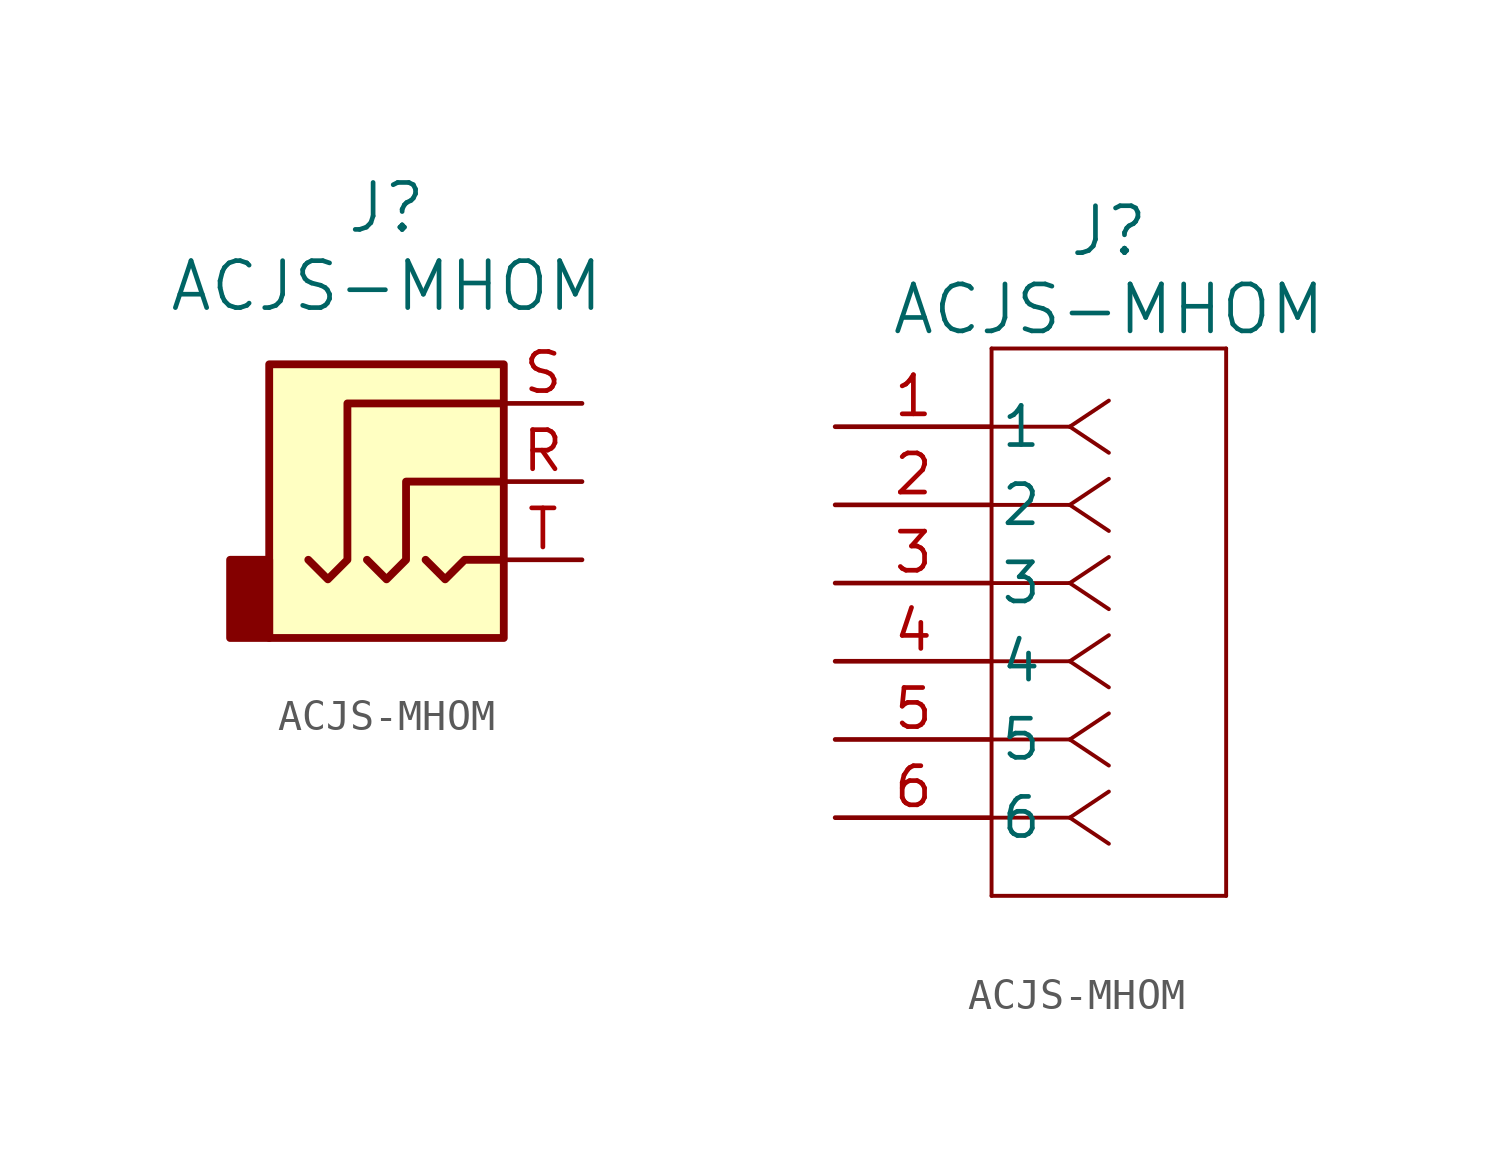
<source format=kicad_sym>
(kicad_symbol_lib
  (version 20231120)
  (generator "kicad_symbol_editor")
  (generator_version "8.0")
  (symbol "ACJS-MHOM"
    (pin_names
      (offset 0.254))
    (property "Reference" "J"
      (at 8.89 6.35 0)
      (effects (font (size 1.524 1.524))))
    (property "Value" "ACJS-MHOM"
      (at 8.89 3.81 0)
      (effects (font (size 1.524 1.524))))
    (symbol "ACJS-MHOM_0_1"
      (polyline (pts (xy 10.16 -5.08) (xy 10.795 -5.715) (xy 11.43 -5.08) (xy 12.7 -5.08)) (stroke (width 0.254) (type default)) (fill (type none)))
      (polyline (pts (xy 8.255 -5.08) (xy 8.89 -5.715) (xy 9.525 -5.08) (xy 9.525 -2.54) (xy 12.7 -2.54)) (stroke (width 0.254) (type default)) (fill (type none)))
      (polyline (pts (xy 12.7 0) (xy 7.62 0) (xy 7.62 -5.08) (xy 6.985 -5.715) (xy 6.35 -5.08)) (stroke (width 0.254) (type default)) (fill (type none)))
      (rectangle (start 5.08 -7.62) (end 3.81 -5.08) (stroke (width 0.254) (type default)) (fill (type outline)))
      (rectangle (start 12.7 1.27) (end 5.08 -7.62) (stroke (width 0.254) (type default)) (fill (type background))))
    (symbol "ACJS-MHOM_1_1"
      (pin passive line (at 15.24 -2.54 180) (length 2.54) (name "~" (effects (font (size 1.27 1.27)))) (number "R" (effects (font (size 1.27 1.27)))))
      (pin passive line (at 15.24 0 180) (length 2.54) (name "~" (effects (font (size 1.27 1.27)))) (number "S" (effects (font (size 1.27 1.27)))))
      (pin passive line (at 15.24 -5.08 180) (length 2.54) (name "~" (effects (font (size 1.27 1.27)))) (number "T" (effects (font (size 1.27 1.27))))))
    (symbol "ACJS-MHOM_1_2"
      (polyline (pts (xy 5.08 -15.24) (xy 12.7 -15.24)) (stroke (width 0.127) (type default)) (fill (type none)))
      (polyline (pts (xy 5.08 2.54) (xy 5.08 -15.24)) (stroke (width 0.127) (type default)) (fill (type none)))
      (polyline (pts (xy 7.62 -12.7) (xy 5.08 -12.7)) (stroke (width 0.127) (type default)) (fill (type none)))
      (polyline (pts (xy 7.62 -12.7) (xy 8.89 -13.547)) (stroke (width 0.127) (type default)) (fill (type none)))
      (polyline (pts (xy 7.62 -12.7) (xy 8.89 -11.853)) (stroke (width 0.127) (type default)) (fill (type none)))
      (polyline (pts (xy 7.62 -10.16) (xy 5.08 -10.16)) (stroke (width 0.127) (type default)) (fill (type none)))
      (polyline (pts (xy 7.62 -10.16) (xy 8.89 -11.007)) (stroke (width 0.127) (type default)) (fill (type none)))
      (polyline (pts (xy 7.62 -10.16) (xy 8.89 -9.313)) (stroke (width 0.127) (type default)) (fill (type none)))
      (polyline (pts (xy 7.62 -7.62) (xy 5.08 -7.62)) (stroke (width 0.127) (type default)) (fill (type none)))
      (polyline (pts (xy 7.62 -7.62) (xy 8.89 -8.467)) (stroke (width 0.127) (type default)) (fill (type none)))
      (polyline (pts (xy 7.62 -7.62) (xy 8.89 -6.773)) (stroke (width 0.127) (type default)) (fill (type none)))
      (polyline (pts (xy 7.62 -5.08) (xy 5.08 -5.08)) (stroke (width 0.127) (type default)) (fill (type none)))
      (polyline (pts (xy 7.62 -5.08) (xy 8.89 -5.927)) (stroke (width 0.127) (type default)) (fill (type none)))
      (polyline (pts (xy 7.62 -5.08) (xy 8.89 -4.233)) (stroke (width 0.127) (type default)) (fill (type none)))
      (polyline (pts (xy 7.62 -2.54) (xy 5.08 -2.54)) (stroke (width 0.127) (type default)) (fill (type none)))
      (polyline (pts (xy 7.62 -2.54) (xy 8.89 -3.387)) (stroke (width 0.127) (type default)) (fill (type none)))
      (polyline (pts (xy 7.62 -2.54) (xy 8.89 -1.693)) (stroke (width 0.127) (type default)) (fill (type none)))
      (polyline (pts (xy 7.62 0) (xy 5.08 0)) (stroke (width 0.127) (type default)) (fill (type none)))
      (polyline (pts (xy 7.62 0) (xy 8.89 -0.847)) (stroke (width 0.127) (type default)) (fill (type none)))
      (polyline (pts (xy 7.62 0) (xy 8.89 0.847)) (stroke (width 0.127) (type default)) (fill (type none)))
      (polyline (pts (xy 12.7 -15.24) (xy 12.7 2.54)) (stroke (width 0.127) (type default)) (fill (type none)))
      (polyline (pts (xy 12.7 2.54) (xy 5.08 2.54)) (stroke (width 0.127) (type default)) (fill (type none)))
      (pin unspecified line (at 0 0 0) (length 5.08) (name "1" (effects (font (size 1.27 1.27)))) (number "1" (effects (font (size 1.27 1.27)))))
      (pin unspecified line (at 0 -2.54 0) (length 5.08) (name "2" (effects (font (size 1.27 1.27)))) (number "2" (effects (font (size 1.27 1.27)))))
      (pin unspecified line (at 0 -5.08 0) (length 5.08) (name "3" (effects (font (size 1.27 1.27)))) (number "3" (effects (font (size 1.27 1.27)))))
      (pin unspecified line (at 0 -7.62 0) (length 5.08) (name "4" (effects (font (size 1.27 1.27)))) (number "4" (effects (font (size 1.27 1.27)))))
      (pin unspecified line (at 0 -10.16 0) (length 5.08) (name "5" (effects (font (size 1.27 1.27)))) (number "5" (effects (font (size 1.27 1.27)))))
      (pin unspecified line (at 0 -12.7 0) (length 5.08) (name "6" (effects (font (size 1.27 1.27)))) (number "6" (effects (font (size 1.27 1.27))))))))
</source>
